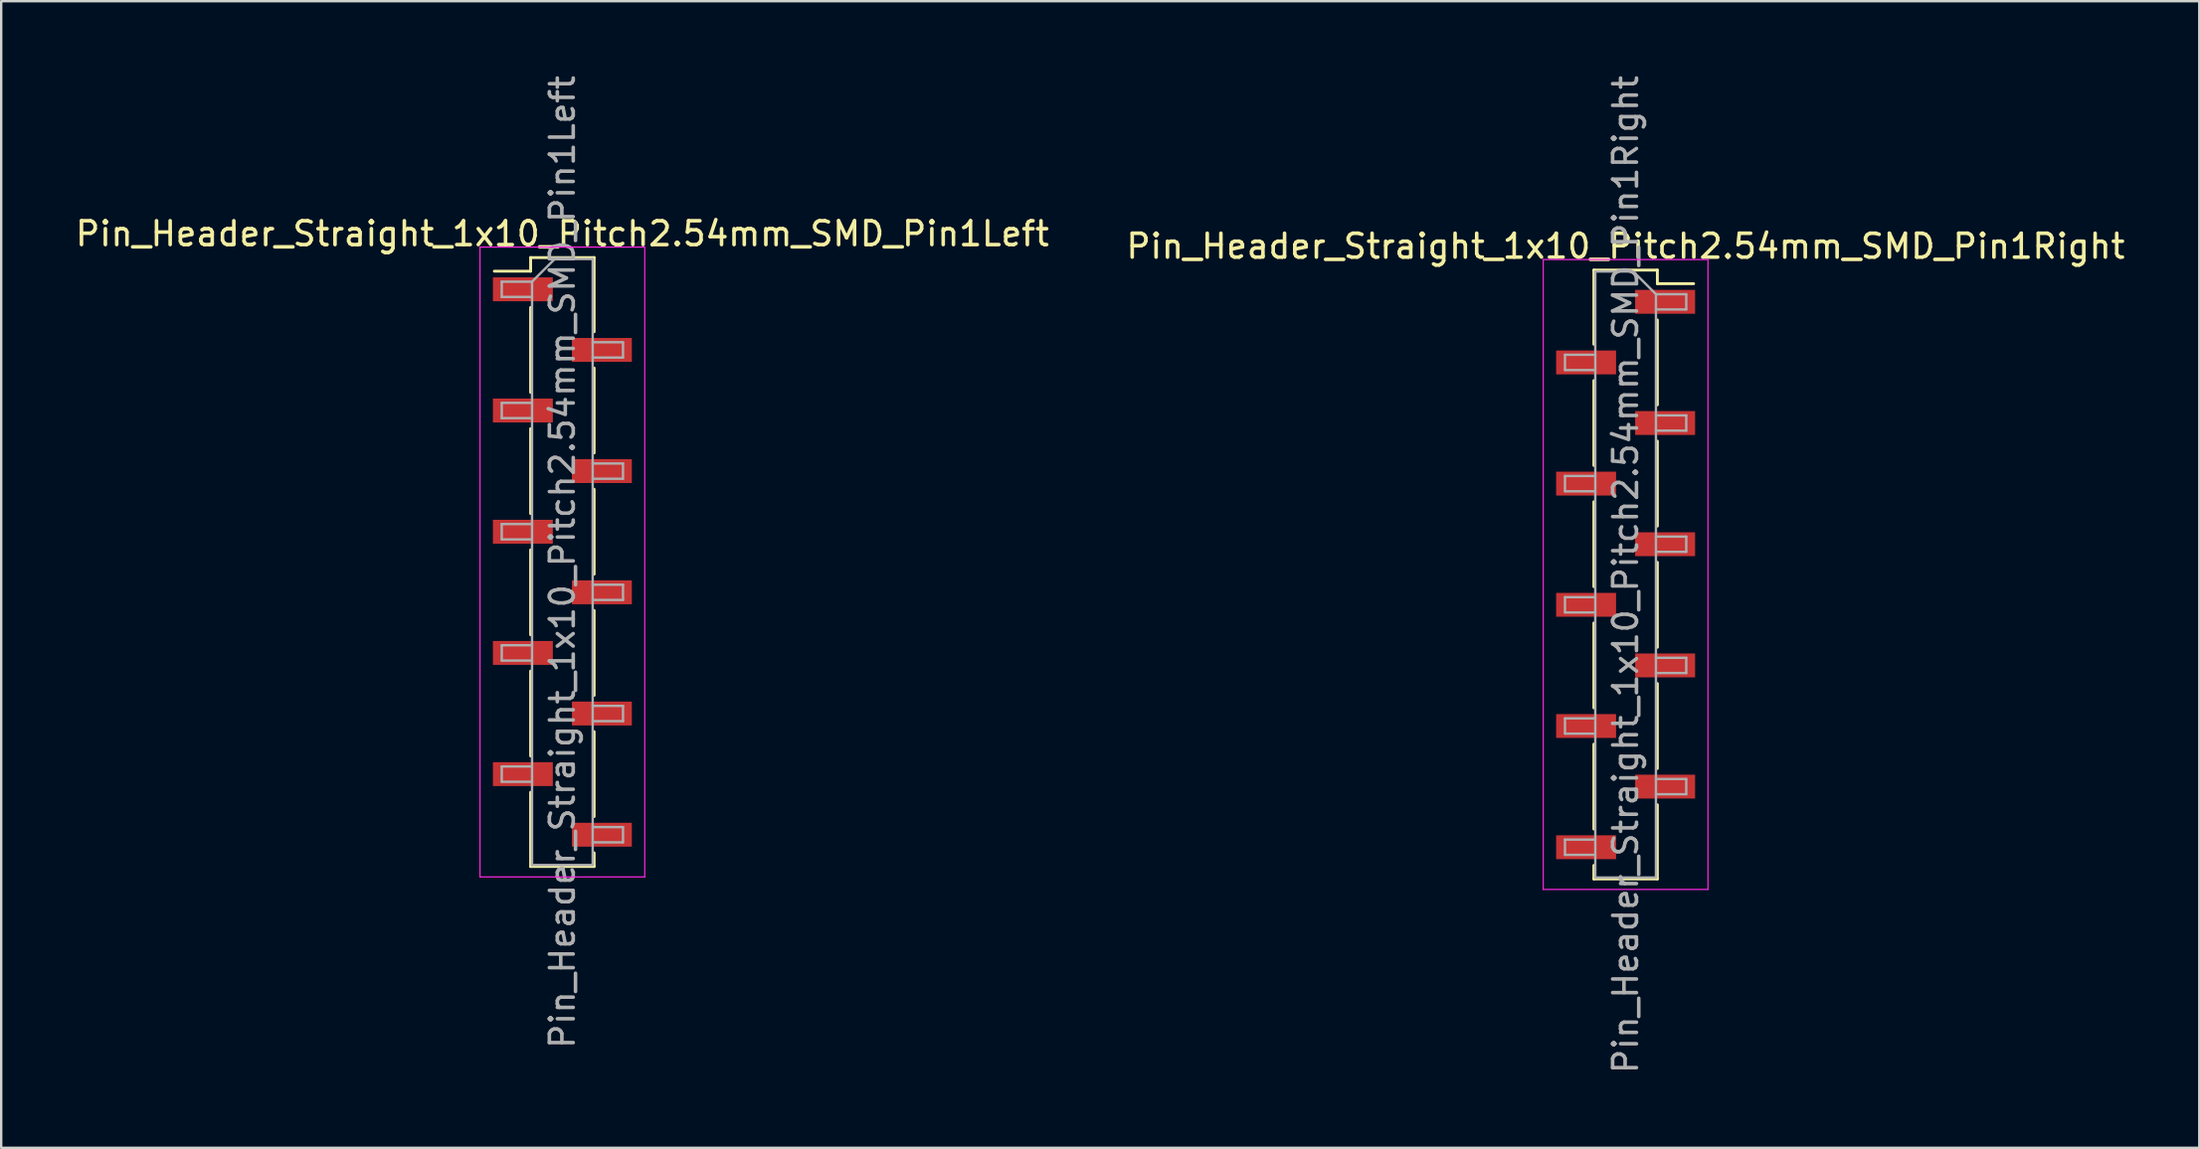
<source format=kicad_pcb>
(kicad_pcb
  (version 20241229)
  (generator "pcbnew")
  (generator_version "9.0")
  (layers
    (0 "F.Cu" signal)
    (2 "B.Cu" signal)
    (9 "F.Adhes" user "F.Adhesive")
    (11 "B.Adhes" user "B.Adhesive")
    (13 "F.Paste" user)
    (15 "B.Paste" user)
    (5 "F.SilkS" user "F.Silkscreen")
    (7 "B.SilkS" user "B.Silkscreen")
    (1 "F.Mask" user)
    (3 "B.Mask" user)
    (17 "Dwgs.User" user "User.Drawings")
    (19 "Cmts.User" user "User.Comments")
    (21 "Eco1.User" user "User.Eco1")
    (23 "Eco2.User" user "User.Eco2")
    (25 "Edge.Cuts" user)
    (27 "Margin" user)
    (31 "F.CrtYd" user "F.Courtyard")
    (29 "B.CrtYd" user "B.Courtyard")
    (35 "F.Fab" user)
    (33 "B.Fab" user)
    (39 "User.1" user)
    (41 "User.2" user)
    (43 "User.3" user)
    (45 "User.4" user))
  (footprint "Pin_Header_Straight_1x10_Pitch2.54mm_SMD_Pin1Right"
    (layer "F.Cu")
    (at 65.042 21.03)
    (property "Reference" "Pin_Header_Straight_1x10_Pitch2.54mm_SMD_Pin1Right" (at 0 -13.76 0) (layer "F.SilkS") (effects (font (size 1 1) (thickness 0.15))))
    (attr smd)
    (fp_line (start -1.33 -12.76) (end -1.33 -9.65) (stroke (width 0.12) (type solid)) (layer "F.SilkS"))
    (fp_line (start -1.33 -12.76) (end 1.33 -12.76) (stroke (width 0.12) (type solid)) (layer "F.SilkS"))
    (fp_line (start -1.33 -8.13) (end -1.33 -4.57) (stroke (width 0.12) (type solid)) (layer "F.SilkS"))
    (fp_line (start -1.33 -3.05) (end -1.33 0.51) (stroke (width 0.12) (type solid)) (layer "F.SilkS"))
    (fp_line (start -1.33 2.03) (end -1.33 5.59) (stroke (width 0.12) (type solid)) (layer "F.SilkS"))
    (fp_line (start -1.33 7.11) (end -1.33 10.67) (stroke (width 0.12) (type solid)) (layer "F.SilkS"))
    (fp_line (start -1.33 12.19) (end -1.33 12.76) (stroke (width 0.12) (type solid)) (layer "F.SilkS"))
    (fp_line (start -1.33 12.76) (end 1.33 12.76) (stroke (width 0.12) (type solid)) (layer "F.SilkS"))
    (fp_line (start 1.33 -12.76) (end 1.33 -12.19) (stroke (width 0.12) (type solid)) (layer "F.SilkS"))
    (fp_line (start 1.33 -12.19) (end 2.85 -12.19) (stroke (width 0.12) (type solid)) (layer "F.SilkS"))
    (fp_line (start 1.33 -10.67) (end 1.33 -7.11) (stroke (width 0.12) (type solid)) (layer "F.SilkS"))
    (fp_line (start 1.33 -5.59) (end 1.33 -2.03) (stroke (width 0.12) (type solid)) (layer "F.SilkS"))
    (fp_line (start 1.33 -0.51) (end 1.33 3.05) (stroke (width 0.12) (type solid)) (layer "F.SilkS"))
    (fp_line (start 1.33 4.57) (end 1.33 8.13) (stroke (width 0.12) (type solid)) (layer "F.SilkS"))
    (fp_line (start 1.33 9.65) (end 1.33 12.76) (stroke (width 0.12) (type solid)) (layer "F.SilkS"))
    (fp_line (start -3.45 -13.2) (end -3.45 13.2) (stroke (width 0.05) (type solid)) (layer "F.CrtYd"))
    (fp_line (start -3.45 13.2) (end 3.45 13.2) (stroke (width 0.05) (type solid)) (layer "F.CrtYd"))
    (fp_line (start 3.45 -13.2) (end -3.45 -13.2) (stroke (width 0.05) (type solid)) (layer "F.CrtYd"))
    (fp_line (start 3.45 13.2) (end 3.45 -13.2) (stroke (width 0.05) (type solid)) (layer "F.CrtYd"))
    (fp_line (start -2.54 -9.21) (end -2.54 -8.57) (stroke (width 0.1) (type solid)) (layer "F.Fab"))
    (fp_line (start -2.54 -8.57) (end -1.27 -8.57) (stroke (width 0.1) (type solid)) (layer "F.Fab"))
    (fp_line (start -2.54 -4.13) (end -2.54 -3.49) (stroke (width 0.1) (type solid)) (layer "F.Fab"))
    (fp_line (start -2.54 -3.49) (end -1.27 -3.49) (stroke (width 0.1) (type solid)) (layer "F.Fab"))
    (fp_line (start -2.54 0.95) (end -2.54 1.59) (stroke (width 0.1) (type solid)) (layer "F.Fab"))
    (fp_line (start -2.54 1.59) (end -1.27 1.59) (stroke (width 0.1) (type solid)) (layer "F.Fab"))
    (fp_line (start -2.54 6.03) (end -2.54 6.67) (stroke (width 0.1) (type solid)) (layer "F.Fab"))
    (fp_line (start -2.54 6.67) (end -1.27 6.67) (stroke (width 0.1) (type solid)) (layer "F.Fab"))
    (fp_line (start -2.54 11.11) (end -2.54 11.75) (stroke (width 0.1) (type solid)) (layer "F.Fab"))
    (fp_line (start -2.54 11.75) (end -1.27 11.75) (stroke (width 0.1) (type solid)) (layer "F.Fab"))
    (fp_line (start -1.27 -12.7) (end -1.27 12.7) (stroke (width 0.1) (type solid)) (layer "F.Fab"))
    (fp_line (start -1.27 -12.7) (end 0.32 -12.7) (stroke (width 0.1) (type solid)) (layer "F.Fab"))
    (fp_line (start -1.27 -9.21) (end -2.54 -9.21) (stroke (width 0.1) (type solid)) (layer "F.Fab"))
    (fp_line (start -1.27 -4.13) (end -2.54 -4.13) (stroke (width 0.1) (type solid)) (layer "F.Fab"))
    (fp_line (start -1.27 0.95) (end -2.54 0.95) (stroke (width 0.1) (type solid)) (layer "F.Fab"))
    (fp_line (start -1.27 6.03) (end -2.54 6.03) (stroke (width 0.1) (type solid)) (layer "F.Fab"))
    (fp_line (start -1.27 11.11) (end -2.54 11.11) (stroke (width 0.1) (type solid)) (layer "F.Fab"))
    (fp_line (start 1.27 -11.75) (end 0.32 -12.7) (stroke (width 0.1) (type solid)) (layer "F.Fab"))
    (fp_line (start 1.27 -11.75) (end 2.54 -11.75) (stroke (width 0.1) (type solid)) (layer "F.Fab"))
    (fp_line (start 1.27 -6.67) (end 2.54 -6.67) (stroke (width 0.1) (type solid)) (layer "F.Fab"))
    (fp_line (start 1.27 -1.59) (end 2.54 -1.59) (stroke (width 0.1) (type solid)) (layer "F.Fab"))
    (fp_line (start 1.27 3.49) (end 2.54 3.49) (stroke (width 0.1) (type solid)) (layer "F.Fab"))
    (fp_line (start 1.27 8.57) (end 2.54 8.57) (stroke (width 0.1) (type solid)) (layer "F.Fab"))
    (fp_line (start 1.27 12.7) (end -1.27 12.7) (stroke (width 0.1) (type solid)) (layer "F.Fab"))
    (fp_line (start 1.27 12.7) (end 1.27 -11.75) (stroke (width 0.1) (type solid)) (layer "F.Fab"))
    (fp_line (start 2.54 -11.75) (end 2.54 -11.11) (stroke (width 0.1) (type solid)) (layer "F.Fab"))
    (fp_line (start 2.54 -11.11) (end 1.27 -11.11) (stroke (width 0.1) (type solid)) (layer "F.Fab"))
    (fp_line (start 2.54 -6.67) (end 2.54 -6.03) (stroke (width 0.1) (type solid)) (layer "F.Fab"))
    (fp_line (start 2.54 -6.03) (end 1.27 -6.03) (stroke (width 0.1) (type solid)) (layer "F.Fab"))
    (fp_line (start 2.54 -1.59) (end 2.54 -0.95) (stroke (width 0.1) (type solid)) (layer "F.Fab"))
    (fp_line (start 2.54 -0.95) (end 1.27 -0.95) (stroke (width 0.1) (type solid)) (layer "F.Fab"))
    (fp_line (start 2.54 3.49) (end 2.54 4.13) (stroke (width 0.1) (type solid)) (layer "F.Fab"))
    (fp_line (start 2.54 4.13) (end 1.27 4.13) (stroke (width 0.1) (type solid)) (layer "F.Fab"))
    (fp_line (start 2.54 8.57) (end 2.54 9.21) (stroke (width 0.1) (type solid)) (layer "F.Fab"))
    (fp_line (start 2.54 9.21) (end 1.27 9.21) (stroke (width 0.1) (type solid)) (layer "F.Fab"))
    (fp_text user "${REFERENCE}" (at 0 0 90) (layer "F.Fab") (effects (font (size 1 1) (thickness 0.15))))
    (pad "1" smd rect (at 1.655 -11.43) (size 2.51 1) (layers "F.Cu" "F.Mask" "F.Paste"))
    (pad "2" smd rect (at -1.655 -8.89) (size 2.51 1) (layers "F.Cu" "F.Mask" "F.Paste"))
    (pad "3" smd rect (at 1.655 -6.35) (size 2.51 1) (layers "F.Cu" "F.Mask" "F.Paste"))
    (pad "4" smd rect (at -1.655 -3.81) (size 2.51 1) (layers "F.Cu" "F.Mask" "F.Paste"))
    (pad "5" smd rect (at 1.655 -1.27) (size 2.51 1) (layers "F.Cu" "F.Mask" "F.Paste"))
    (pad "6" smd rect (at -1.655 1.27) (size 2.51 1) (layers "F.Cu" "F.Mask" "F.Paste"))
    (pad "7" smd rect (at 1.655 3.81) (size 2.51 1) (layers "F.Cu" "F.Mask" "F.Paste"))
    (pad "8" smd rect (at -1.655 6.35) (size 2.51 1) (layers "F.Cu" "F.Mask" "F.Paste"))
    (pad "9" smd rect (at 1.655 8.89) (size 2.51 1) (layers "F.Cu" "F.Mask" "F.Paste"))
    (pad "10" smd rect (at -1.655 11.43) (size 2.51 1) (layers "F.Cu" "F.Mask" "F.Paste")))
  (footprint "Pin_Header_Straight_1x10_Pitch2.54mm_SMD_Pin1Left"
    (layer "F.Cu")
    (at 20.506 20.506)
    (property "Reference" "Pin_Header_Straight_1x10_Pitch2.54mm_SMD_Pin1Left" (at 0 -13.76 0) (layer "F.SilkS") (effects (font (size 1 1) (thickness 0.15))))
    (attr smd)
    (fp_line (start -1.33 -12.76) (end -1.33 -12.19) (stroke (width 0.12) (type solid)) (layer "F.SilkS"))
    (fp_line (start -1.33 -12.76) (end 1.33 -12.76) (stroke (width 0.12) (type solid)) (layer "F.SilkS"))
    (fp_line (start -1.33 -12.19) (end -2.85 -12.19) (stroke (width 0.12) (type solid)) (layer "F.SilkS"))
    (fp_line (start -1.33 -10.67) (end -1.33 -7.11) (stroke (width 0.12) (type solid)) (layer "F.SilkS"))
    (fp_line (start -1.33 -5.59) (end -1.33 -2.03) (stroke (width 0.12) (type solid)) (layer "F.SilkS"))
    (fp_line (start -1.33 -0.51) (end -1.33 3.05) (stroke (width 0.12) (type solid)) (layer "F.SilkS"))
    (fp_line (start -1.33 4.57) (end -1.33 8.13) (stroke (width 0.12) (type solid)) (layer "F.SilkS"))
    (fp_line (start -1.33 9.65) (end -1.33 12.76) (stroke (width 0.12) (type solid)) (layer "F.SilkS"))
    (fp_line (start -1.33 12.76) (end 1.33 12.76) (stroke (width 0.12) (type solid)) (layer "F.SilkS"))
    (fp_line (start 1.33 -12.76) (end 1.33 -9.65) (stroke (width 0.12) (type solid)) (layer "F.SilkS"))
    (fp_line (start 1.33 -8.13) (end 1.33 -4.57) (stroke (width 0.12) (type solid)) (layer "F.SilkS"))
    (fp_line (start 1.33 -3.05) (end 1.33 0.51) (stroke (width 0.12) (type solid)) (layer "F.SilkS"))
    (fp_line (start 1.33 2.03) (end 1.33 5.59) (stroke (width 0.12) (type solid)) (layer "F.SilkS"))
    (fp_line (start 1.33 7.11) (end 1.33 10.67) (stroke (width 0.12) (type solid)) (layer "F.SilkS"))
    (fp_line (start 1.33 12.19) (end 1.33 12.76) (stroke (width 0.12) (type solid)) (layer "F.SilkS"))
    (fp_line (start -3.45 -13.2) (end -3.45 13.2) (stroke (width 0.05) (type solid)) (layer "F.CrtYd"))
    (fp_line (start -3.45 13.2) (end 3.45 13.2) (stroke (width 0.05) (type solid)) (layer "F.CrtYd"))
    (fp_line (start 3.45 -13.2) (end -3.45 -13.2) (stroke (width 0.05) (type solid)) (layer "F.CrtYd"))
    (fp_line (start 3.45 13.2) (end 3.45 -13.2) (stroke (width 0.05) (type solid)) (layer "F.CrtYd"))
    (fp_line (start -2.54 -11.75) (end -2.54 -11.11) (stroke (width 0.1) (type solid)) (layer "F.Fab"))
    (fp_line (start -2.54 -11.11) (end -1.27 -11.11) (stroke (width 0.1) (type solid)) (layer "F.Fab"))
    (fp_line (start -2.54 -6.67) (end -2.54 -6.03) (stroke (width 0.1) (type solid)) (layer "F.Fab"))
    (fp_line (start -2.54 -6.03) (end -1.27 -6.03) (stroke (width 0.1) (type solid)) (layer "F.Fab"))
    (fp_line (start -2.54 -1.59) (end -2.54 -0.95) (stroke (width 0.1) (type solid)) (layer "F.Fab"))
    (fp_line (start -2.54 -0.95) (end -1.27 -0.95) (stroke (width 0.1) (type solid)) (layer "F.Fab"))
    (fp_line (start -2.54 3.49) (end -2.54 4.13) (stroke (width 0.1) (type solid)) (layer "F.Fab"))
    (fp_line (start -2.54 4.13) (end -1.27 4.13) (stroke (width 0.1) (type solid)) (layer "F.Fab"))
    (fp_line (start -2.54 8.57) (end -2.54 9.21) (stroke (width 0.1) (type solid)) (layer "F.Fab"))
    (fp_line (start -2.54 9.21) (end -1.27 9.21) (stroke (width 0.1) (type solid)) (layer "F.Fab"))
    (fp_line (start -1.27 -11.75) (end -2.54 -11.75) (stroke (width 0.1) (type solid)) (layer "F.Fab"))
    (fp_line (start -1.27 -11.75) (end -0.32 -12.7) (stroke (width 0.1) (type solid)) (layer "F.Fab"))
    (fp_line (start -1.27 -6.67) (end -2.54 -6.67) (stroke (width 0.1) (type solid)) (layer "F.Fab"))
    (fp_line (start -1.27 -1.59) (end -2.54 -1.59) (stroke (width 0.1) (type solid)) (layer "F.Fab"))
    (fp_line (start -1.27 3.49) (end -2.54 3.49) (stroke (width 0.1) (type solid)) (layer "F.Fab"))
    (fp_line (start -1.27 8.57) (end -2.54 8.57) (stroke (width 0.1) (type solid)) (layer "F.Fab"))
    (fp_line (start -1.27 12.7) (end -1.27 -11.75) (stroke (width 0.1) (type solid)) (layer "F.Fab"))
    (fp_line (start -0.32 -12.7) (end 1.27 -12.7) (stroke (width 0.1) (type solid)) (layer "F.Fab"))
    (fp_line (start 1.27 -12.7) (end 1.27 12.7) (stroke (width 0.1) (type solid)) (layer "F.Fab"))
    (fp_line (start 1.27 -9.21) (end 2.54 -9.21) (stroke (width 0.1) (type solid)) (layer "F.Fab"))
    (fp_line (start 1.27 -4.13) (end 2.54 -4.13) (stroke (width 0.1) (type solid)) (layer "F.Fab"))
    (fp_line (start 1.27 0.95) (end 2.54 0.95) (stroke (width 0.1) (type solid)) (layer "F.Fab"))
    (fp_line (start 1.27 6.03) (end 2.54 6.03) (stroke (width 0.1) (type solid)) (layer "F.Fab"))
    (fp_line (start 1.27 11.11) (end 2.54 11.11) (stroke (width 0.1) (type solid)) (layer "F.Fab"))
    (fp_line (start 1.27 12.7) (end -1.27 12.7) (stroke (width 0.1) (type solid)) (layer "F.Fab"))
    (fp_line (start 2.54 -9.21) (end 2.54 -8.57) (stroke (width 0.1) (type solid)) (layer "F.Fab"))
    (fp_line (start 2.54 -8.57) (end 1.27 -8.57) (stroke (width 0.1) (type solid)) (layer "F.Fab"))
    (fp_line (start 2.54 -4.13) (end 2.54 -3.49) (stroke (width 0.1) (type solid)) (layer "F.Fab"))
    (fp_line (start 2.54 -3.49) (end 1.27 -3.49) (stroke (width 0.1) (type solid)) (layer "F.Fab"))
    (fp_line (start 2.54 0.95) (end 2.54 1.59) (stroke (width 0.1) (type solid)) (layer "F.Fab"))
    (fp_line (start 2.54 1.59) (end 1.27 1.59) (stroke (width 0.1) (type solid)) (layer "F.Fab"))
    (fp_line (start 2.54 6.03) (end 2.54 6.67) (stroke (width 0.1) (type solid)) (layer "F.Fab"))
    (fp_line (start 2.54 6.67) (end 1.27 6.67) (stroke (width 0.1) (type solid)) (layer "F.Fab"))
    (fp_line (start 2.54 11.11) (end 2.54 11.75) (stroke (width 0.1) (type solid)) (layer "F.Fab"))
    (fp_line (start 2.54 11.75) (end 1.27 11.75) (stroke (width 0.1) (type solid)) (layer "F.Fab"))
    (fp_text user "${REFERENCE}" (at 0 0 90) (layer "F.Fab") (effects (font (size 1 1) (thickness 0.15))))
    (pad "1" smd rect (at -1.655 -11.43) (size 2.51 1) (layers "F.Cu" "F.Mask" "F.Paste"))
    (pad "2" smd rect (at 1.655 -8.89) (size 2.51 1) (layers "F.Cu" "F.Mask" "F.Paste"))
    (pad "3" smd rect (at -1.655 -6.35) (size 2.51 1) (layers "F.Cu" "F.Mask" "F.Paste"))
    (pad "4" smd rect (at 1.655 -3.81) (size 2.51 1) (layers "F.Cu" "F.Mask" "F.Paste"))
    (pad "5" smd rect (at -1.655 -1.27) (size 2.51 1) (layers "F.Cu" "F.Mask" "F.Paste"))
    (pad "6" smd rect (at 1.655 1.27) (size 2.51 1) (layers "F.Cu" "F.Mask" "F.Paste"))
    (pad "7" smd rect (at -1.655 3.81) (size 2.51 1) (layers "F.Cu" "F.Mask" "F.Paste"))
    (pad "8" smd rect (at 1.655 6.35) (size 2.51 1) (layers "F.Cu" "F.Mask" "F.Paste"))
    (pad "9" smd rect (at -1.655 8.89) (size 2.51 1) (layers "F.Cu" "F.Mask" "F.Paste"))
    (pad "10" smd rect (at 1.655 11.43) (size 2.51 1) (layers "F.Cu" "F.Mask" "F.Paste")))
  (gr_rect
    (start -3 -3)
    (end 89.071 45.06)
    (stroke (width 0.1) (type default))
    (fill no)
    (layer "Edge.Cuts")))
</source>
